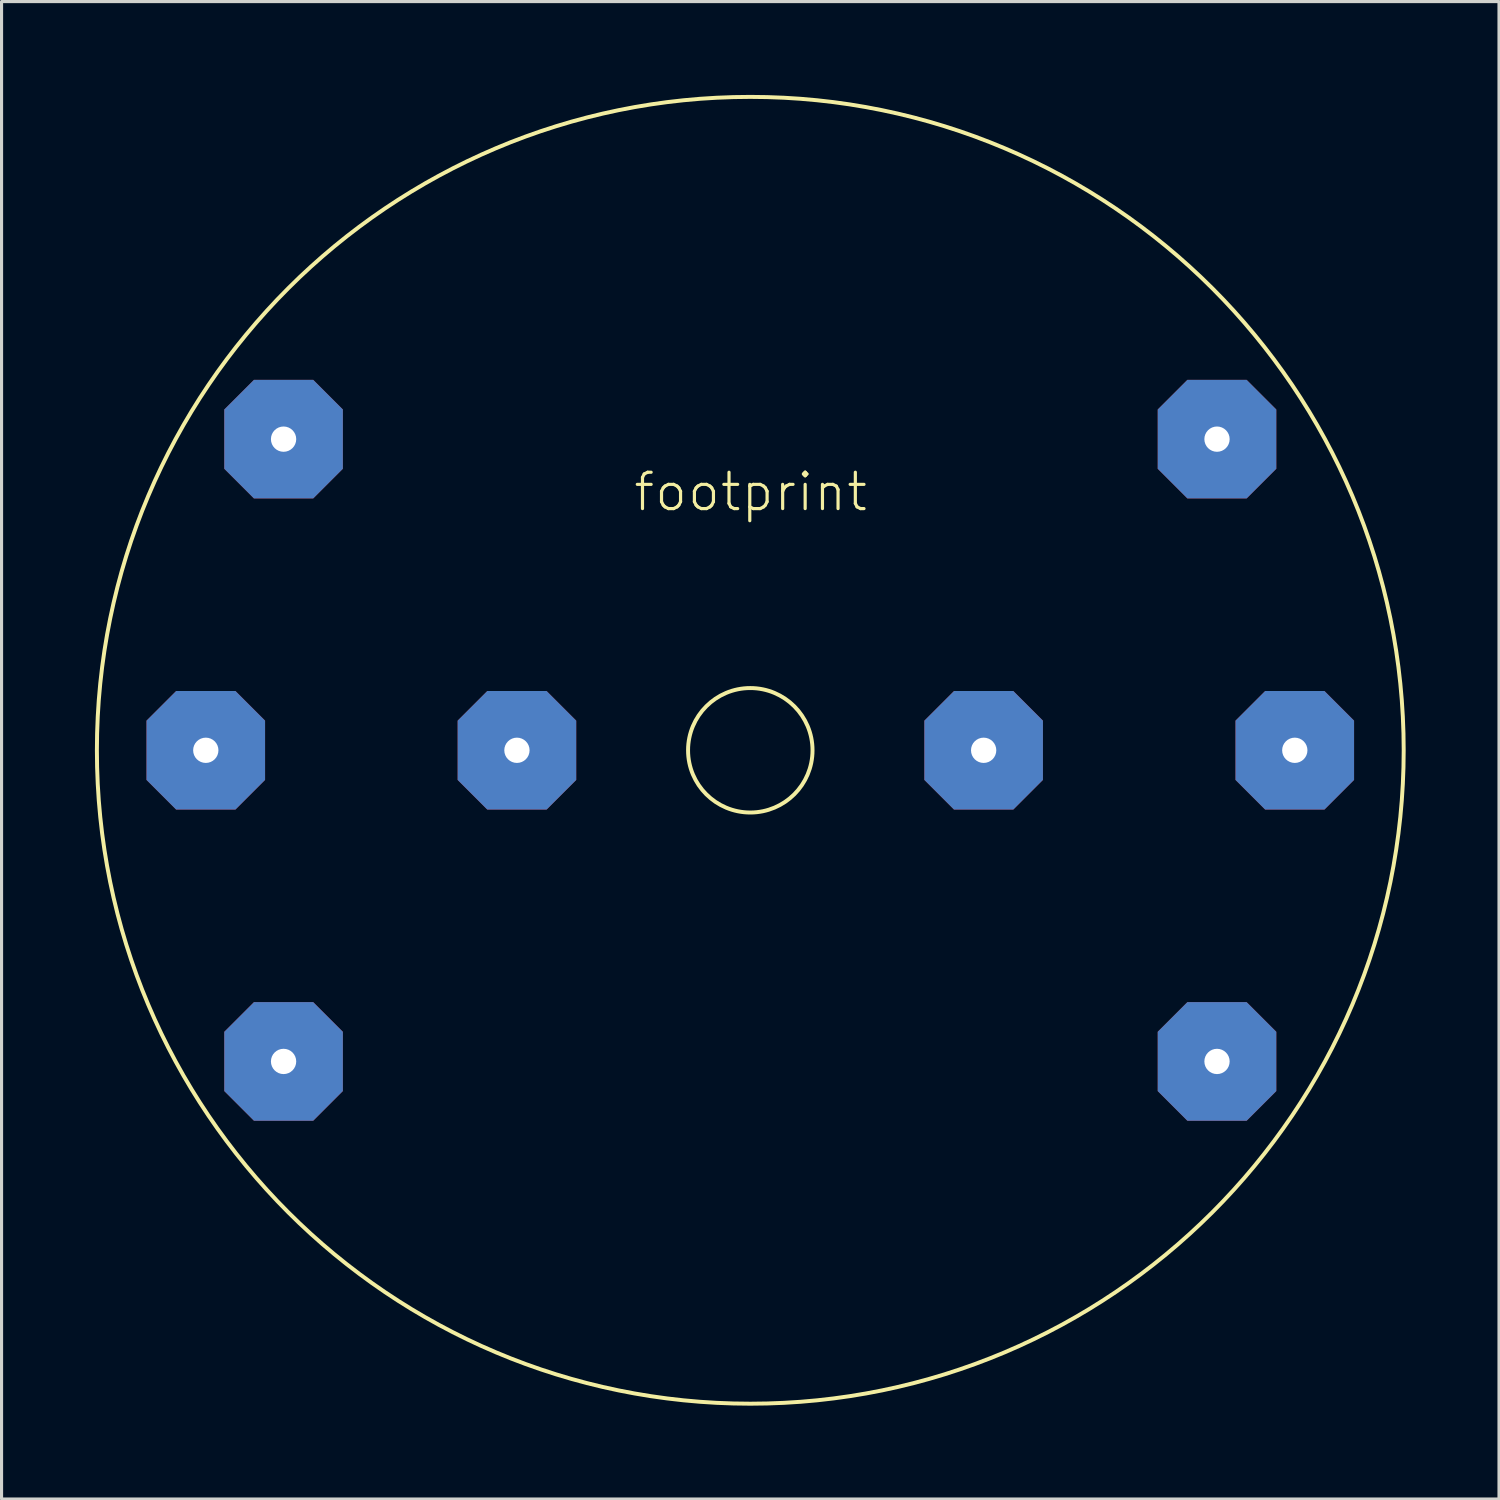
<source format=kicad_pcb>
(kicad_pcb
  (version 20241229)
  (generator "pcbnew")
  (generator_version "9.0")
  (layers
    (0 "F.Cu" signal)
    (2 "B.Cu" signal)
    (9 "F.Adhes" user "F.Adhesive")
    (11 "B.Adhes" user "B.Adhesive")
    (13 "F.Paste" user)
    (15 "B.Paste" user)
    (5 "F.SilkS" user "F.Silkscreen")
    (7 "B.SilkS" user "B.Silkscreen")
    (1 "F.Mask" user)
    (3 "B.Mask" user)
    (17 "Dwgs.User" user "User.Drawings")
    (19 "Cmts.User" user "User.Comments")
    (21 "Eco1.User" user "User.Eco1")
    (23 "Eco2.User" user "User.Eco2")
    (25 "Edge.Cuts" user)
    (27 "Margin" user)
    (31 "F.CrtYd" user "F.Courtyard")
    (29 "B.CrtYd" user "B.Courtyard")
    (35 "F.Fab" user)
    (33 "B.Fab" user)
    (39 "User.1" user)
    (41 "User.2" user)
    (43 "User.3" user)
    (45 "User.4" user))
  (footprint "footprint"
    (layer "F.Cu")
    (at 21.064 21.064)
    (property "Reference" "footprint" (at -3.81 -7.62 0) (layer "F.SilkS") (effects (font (size 1.168 1.168) (thickness 0.102)) (justify left bottom)))
    (fp_circle (center 0 0) (end 2 0) (stroke (width 0.127) (type solid)) (fill no) (layer "F.SilkS"))
    (fp_circle (center 0 0) (end 21 0) (stroke (width 0.127) (type solid)) (fill no) (layer "F.SilkS"))
    (pad "1" thru_hole roundrect (at 15 -10) (size 3.81 3.81) (drill 0.813) (layers "*.Cu" "*.Mask") (roundrect_rratio 0.25) (chamfer_ratio 0.25) (chamfer top_left top_right bottom_left bottom_right))
    (pad "2" thru_hole roundrect (at -15 -10) (size 3.81 3.81) (drill 0.813) (layers "*.Cu" "*.Mask") (roundrect_rratio 0.25) (chamfer_ratio 0.25) (chamfer top_left top_right bottom_left bottom_right))
    (pad "3" thru_hole roundrect (at 15 10) (size 3.81 3.81) (drill 0.813) (layers "*.Cu" "*.Mask") (roundrect_rratio 0.25) (chamfer_ratio 0.25) (chamfer top_left top_right bottom_left bottom_right))
    (pad "4" thru_hole roundrect (at -15 10) (size 3.81 3.81) (drill 0.813) (layers "*.Cu" "*.Mask") (roundrect_rratio 0.25) (chamfer_ratio 0.25) (chamfer top_left top_right bottom_left bottom_right))
    (pad "5" thru_hole roundrect (at 7.5 0) (size 3.81 3.81) (drill 0.813) (layers "*.Cu" "*.Mask") (roundrect_rratio 0.25) (chamfer_ratio 0.25) (chamfer top_left top_right bottom_left bottom_right))
    (pad "6" thru_hole roundrect (at 17.5 0) (size 3.81 3.81) (drill 0.813) (layers "*.Cu" "*.Mask") (roundrect_rratio 0.25) (chamfer_ratio 0.25) (chamfer top_left top_right bottom_left bottom_right))
    (pad "7" thru_hole roundrect (at -7.5 0) (size 3.81 3.81) (drill 0.813) (layers "*.Cu" "*.Mask") (roundrect_rratio 0.25) (chamfer_ratio 0.25) (chamfer top_left top_right bottom_left bottom_right))
    (pad "8" thru_hole roundrect (at -17.5 0) (size 3.81 3.81) (drill 0.813) (layers "*.Cu" "*.Mask") (roundrect_rratio 0.25) (chamfer_ratio 0.25) (chamfer top_left top_right bottom_left bottom_right)))
  (gr_rect
    (start -3 -3)
    (end 45.127 45.127)
    (stroke (width 0.1) (type default))
    (fill no)
    (layer "Edge.Cuts")))
</source>
